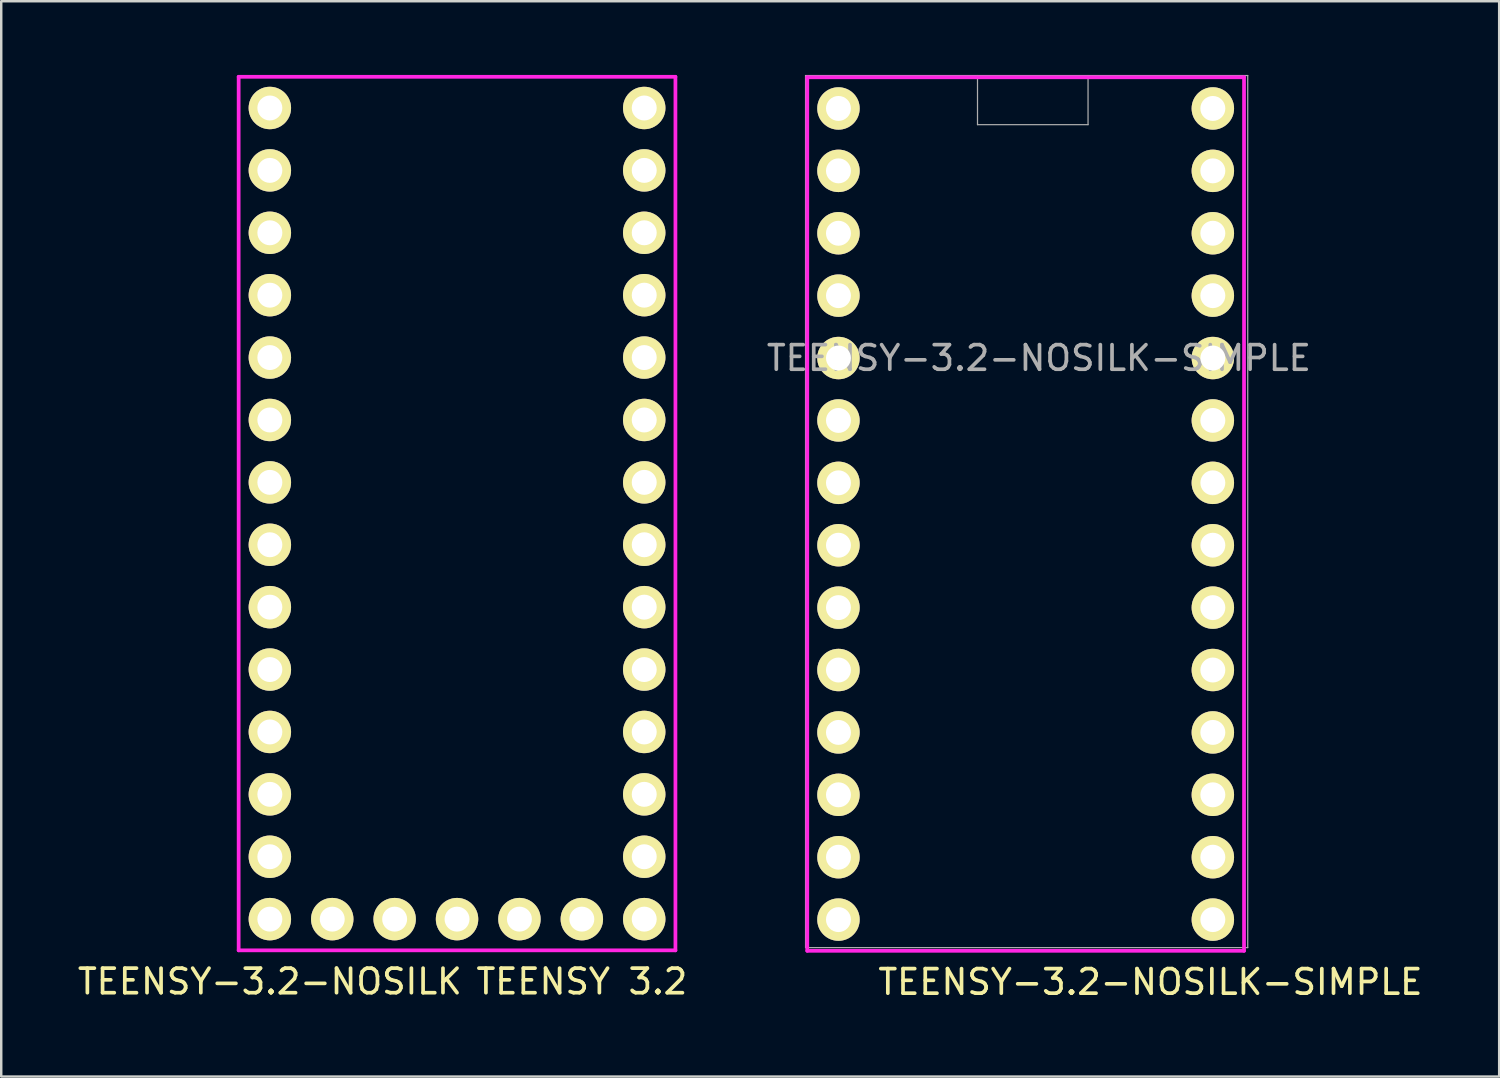
<source format=kicad_pcb>
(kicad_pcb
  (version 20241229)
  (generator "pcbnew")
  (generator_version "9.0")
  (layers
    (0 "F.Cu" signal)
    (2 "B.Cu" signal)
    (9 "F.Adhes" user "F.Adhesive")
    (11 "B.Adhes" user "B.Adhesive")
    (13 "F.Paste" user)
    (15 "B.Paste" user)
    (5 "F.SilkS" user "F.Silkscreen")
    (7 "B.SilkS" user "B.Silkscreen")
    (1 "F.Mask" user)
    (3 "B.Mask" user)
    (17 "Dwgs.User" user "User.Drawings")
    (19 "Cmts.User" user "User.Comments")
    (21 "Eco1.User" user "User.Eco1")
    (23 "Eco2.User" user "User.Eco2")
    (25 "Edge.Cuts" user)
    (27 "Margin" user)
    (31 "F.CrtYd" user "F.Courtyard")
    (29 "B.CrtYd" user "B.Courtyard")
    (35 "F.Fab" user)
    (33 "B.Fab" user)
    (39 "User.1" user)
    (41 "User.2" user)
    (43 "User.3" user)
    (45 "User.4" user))
  (footprint "TEENSY-3.2-NOSILK-SIMPLE"
    (layer "F.Cu")
    (at 41.242 11.525)
    (property "Reference" "TEENSY-3.2-NOSILK-SIMPLE" (at -2 0 0) (layer "F.Fab") (effects (font (size 1 1) (thickness 0.15))))
    (attr through_hole)
    (fp_line (start -11.43 -11.43) (end -11.43 24.13) (stroke (width 0.152) (type solid)) (layer "F.CrtYd"))
    (fp_line (start -11.43 24.13) (end 6.35 24.13) (stroke (width 0.152) (type solid)) (layer "F.CrtYd"))
    (fp_line (start 6.35 -11.43) (end -11.43 -11.43) (stroke (width 0.152) (type solid)) (layer "F.CrtYd"))
    (fp_line (start 6.35 24.13) (end 6.35 -11.43) (stroke (width 0.152) (type solid)) (layer "F.CrtYd"))
    (fp_line (start -11.5 -11.5) (end -11.5 24) (stroke (width 0.05) (type solid)) (layer "F.Fab"))
    (fp_line (start -11.5 24) (end 6.5 24) (stroke (width 0.05) (type solid)) (layer "F.Fab"))
    (fp_line (start -4.5 -11.5) (end -4.5 -9.5) (stroke (width 0.05) (type solid)) (layer "F.Fab"))
    (fp_line (start -4.5 -9.5) (end 0 -9.5) (stroke (width 0.05) (type solid)) (layer "F.Fab"))
    (fp_line (start 0 -9.5) (end 0 -11.5) (stroke (width 0.05) (type solid)) (layer "F.Fab"))
    (fp_line (start 6.5 -11.5) (end -11.5 -11.5) (stroke (width 0.05) (type solid)) (layer "F.Fab"))
    (fp_line (start 6.5 24) (end 6.5 -11.5) (stroke (width 0.05) (type solid)) (layer "F.Fab"))
    (fp_text user "${REFERENCE}" (at 2.54 25.4 0) (layer "F.SilkS") (effects (font (size 1 1) (thickness 0.15))))
    (pad "0" thru_hole circle (at -10.16 -7.62) (size 1.727 1.727) (drill 1.016) (layers "*.Cu" "*.Mask" "F.SilkS"))
    (pad "1" thru_hole circle (at -10.16 -5.08) (size 1.727 1.727) (drill 1.016) (layers "*.Cu" "*.Mask" "F.SilkS"))
    (pad "2" thru_hole circle (at -10.16 -2.54) (size 1.727 1.727) (drill 1.016) (layers "*.Cu" "*.Mask" "F.SilkS"))
    (pad "3" thru_hole circle (at -10.16 0) (size 1.727 1.727) (drill 1.016) (layers "*.Cu" "*.Mask" "F.SilkS"))
    (pad "3V2" thru_hole circle (at 5.08 -5.08) (size 1.727 1.727) (drill 1.016) (layers "*.Cu" "*.Mask" "F.SilkS"))
    (pad "4" thru_hole circle (at -10.16 2.54) (size 1.727 1.727) (drill 1.016) (layers "*.Cu" "*.Mask" "F.SilkS"))
    (pad "5" thru_hole circle (at -10.16 5.08) (size 1.727 1.727) (drill 1.016) (layers "*.Cu" "*.Mask" "F.SilkS"))
    (pad "6" thru_hole circle (at -10.16 7.62) (size 1.727 1.727) (drill 1.016) (layers "*.Cu" "*.Mask" "F.SilkS"))
    (pad "7" thru_hole circle (at -10.16 10.16) (size 1.727 1.727) (drill 1.016) (layers "*.Cu" "*.Mask" "F.SilkS"))
    (pad "8" thru_hole circle (at -10.16 12.7) (size 1.727 1.727) (drill 1.016) (layers "*.Cu" "*.Mask" "F.SilkS"))
    (pad "9" thru_hole circle (at -10.16 15.24) (size 1.727 1.727) (drill 1.016) (layers "*.Cu" "*.Mask" "F.SilkS"))
    (pad "10" thru_hole circle (at -10.16 17.78) (size 1.727 1.727) (drill 1.016) (layers "*.Cu" "*.Mask" "F.SilkS"))
    (pad "11" thru_hole circle (at -10.16 20.32) (size 1.727 1.727) (drill 1.016) (layers "*.Cu" "*.Mask" "F.SilkS"))
    (pad "12" thru_hole circle (at -10.16 22.86) (size 1.727 1.727) (drill 1.016) (layers "*.Cu" "*.Mask" "F.SilkS"))
    (pad "13" thru_hole circle (at 5.08 22.86) (size 1.727 1.727) (drill 1.016) (layers "*.Cu" "*.Mask" "F.SilkS"))
    (pad "14" thru_hole circle (at 5.08 20.32) (size 1.727 1.727) (drill 1.016) (layers "*.Cu" "*.Mask" "F.SilkS"))
    (pad "15" thru_hole circle (at 5.08 17.78) (size 1.727 1.727) (drill 1.016) (layers "*.Cu" "*.Mask" "F.SilkS"))
    (pad "16" thru_hole circle (at 5.08 15.24) (size 1.727 1.727) (drill 1.016) (layers "*.Cu" "*.Mask" "F.SilkS"))
    (pad "17" thru_hole circle (at 5.08 12.7) (size 1.727 1.727) (drill 1.016) (layers "*.Cu" "*.Mask" "F.SilkS"))
    (pad "18" thru_hole circle (at 5.08 10.16) (size 1.727 1.727) (drill 1.016) (layers "*.Cu" "*.Mask" "F.SilkS"))
    (pad "19" thru_hole circle (at 5.08 7.62) (size 1.727 1.727) (drill 1.016) (layers "*.Cu" "*.Mask" "F.SilkS"))
    (pad "20" thru_hole circle (at 5.08 5.08) (size 1.727 1.727) (drill 1.016) (layers "*.Cu" "*.Mask" "F.SilkS"))
    (pad "21" thru_hole circle (at 5.08 2.54) (size 1.727 1.727) (drill 1.016) (layers "*.Cu" "*.Mask" "F.SilkS"))
    (pad "22" thru_hole circle (at 5.08 0) (size 1.727 1.727) (drill 1.016) (layers "*.Cu" "*.Mask" "F.SilkS"))
    (pad "23" thru_hole circle (at 5.08 -2.54) (size 1.727 1.727) (drill 1.016) (layers "*.Cu" "*.Mask" "F.SilkS"))
    (pad "AG" thru_hole circle (at 5.08 -7.62) (size 1.727 1.727) (drill 1.016) (layers "*.Cu" "*.Mask" "F.SilkS"))
    (pad "G1" thru_hole circle (at -10.16 -10.16) (size 1.727 1.727) (drill 1.016) (layers "*.Cu" "*.Mask" "F.SilkS"))
    (pad "VIN" thru_hole circle (at 5.08 -10.16) (size 1.727 1.727) (drill 1.016) (layers "*.Cu" "*.Mask" "F.SilkS")))
  (footprint "TEENSY-3.2-NOSILK"
    (layer "F.Cu")
    (at 18.095 11.506)
    (property "Reference" "TEENSY-3.2-NOSILK" (at -10.16 25.4 180) (layer "F.SilkS") (effects (font (size 1 1) (thickness 0.15))))
    (attr through_hole)
    (fp_line (start -11.43 -11.43) (end -11.43 24.13) (stroke (width 0.152) (type solid)) (layer "F.CrtYd"))
    (fp_line (start -11.43 24.13) (end 6.35 24.13) (stroke (width 0.152) (type solid)) (layer "F.CrtYd"))
    (fp_line (start 6.35 -11.43) (end -11.43 -11.43) (stroke (width 0.152) (type solid)) (layer "F.CrtYd"))
    (fp_line (start 6.35 24.13) (end 6.35 -11.43) (stroke (width 0.152) (type solid)) (layer "F.CrtYd"))
    (fp_text user "TEENSY 3.2" (at 2.54 25.4 0) (layer "F.SilkS") (effects (font (size 1 1) (thickness 0.15))))
    (pad "0" thru_hole circle (at -10.16 -7.62) (size 1.727 1.727) (drill 1.016) (layers "*.Cu" "*.Mask" "F.SilkS"))
    (pad "1" thru_hole circle (at -10.16 -5.08) (size 1.727 1.727) (drill 1.016) (layers "*.Cu" "*.Mask" "F.SilkS"))
    (pad "2" thru_hole circle (at -10.16 -2.54) (size 1.727 1.727) (drill 1.016) (layers "*.Cu" "*.Mask" "F.SilkS"))
    (pad "3" thru_hole circle (at -10.16 0) (size 1.727 1.727) (drill 1.016) (layers "*.Cu" "*.Mask" "F.SilkS"))
    (pad "3V1" thru_hole circle (at -5.08 22.86) (size 1.727 1.727) (drill 1.016) (layers "*.Cu" "*.Mask" "F.SilkS"))
    (pad "3V2" thru_hole circle (at 5.08 -5.08) (size 1.727 1.727) (drill 1.016) (layers "*.Cu" "*.Mask" "F.SilkS"))
    (pad "4" thru_hole circle (at -10.16 2.54) (size 1.727 1.727) (drill 1.016) (layers "*.Cu" "*.Mask" "F.SilkS"))
    (pad "5" thru_hole circle (at -10.16 5.08) (size 1.727 1.727) (drill 1.016) (layers "*.Cu" "*.Mask" "F.SilkS"))
    (pad "6" thru_hole circle (at -10.16 7.62) (size 1.727 1.727) (drill 1.016) (layers "*.Cu" "*.Mask" "F.SilkS"))
    (pad "7" thru_hole circle (at -10.16 10.16) (size 1.727 1.727) (drill 1.016) (layers "*.Cu" "*.Mask" "F.SilkS"))
    (pad "8" thru_hole circle (at -10.16 12.7) (size 1.727 1.727) (drill 1.016) (layers "*.Cu" "*.Mask" "F.SilkS"))
    (pad "9" thru_hole circle (at -10.16 15.24) (size 1.727 1.727) (drill 1.016) (layers "*.Cu" "*.Mask" "F.SilkS"))
    (pad "10" thru_hole circle (at -10.16 17.78) (size 1.727 1.727) (drill 1.016) (layers "*.Cu" "*.Mask" "F.SilkS"))
    (pad "11" thru_hole circle (at -10.16 20.32) (size 1.727 1.727) (drill 1.016) (layers "*.Cu" "*.Mask" "F.SilkS"))
    (pad "12" thru_hole circle (at -10.16 22.86) (size 1.727 1.727) (drill 1.016) (layers "*.Cu" "*.Mask" "F.SilkS"))
    (pad "13" thru_hole circle (at 5.08 22.86) (size 1.727 1.727) (drill 1.016) (layers "*.Cu" "*.Mask" "F.SilkS"))
    (pad "14" thru_hole circle (at 5.08 20.32) (size 1.727 1.727) (drill 1.016) (layers "*.Cu" "*.Mask" "F.SilkS"))
    (pad "15" thru_hole circle (at 5.08 17.78) (size 1.727 1.727) (drill 1.016) (layers "*.Cu" "*.Mask" "F.SilkS"))
    (pad "16" thru_hole circle (at 5.08 15.24) (size 1.727 1.727) (drill 1.016) (layers "*.Cu" "*.Mask" "F.SilkS"))
    (pad "17" thru_hole circle (at 5.08 12.7) (size 1.727 1.727) (drill 1.016) (layers "*.Cu" "*.Mask" "F.SilkS"))
    (pad "18" thru_hole circle (at 5.08 10.16) (size 1.727 1.727) (drill 1.016) (layers "*.Cu" "*.Mask" "F.SilkS"))
    (pad "19" thru_hole circle (at 5.08 7.62) (size 1.727 1.727) (drill 1.016) (layers "*.Cu" "*.Mask" "F.SilkS"))
    (pad "20" thru_hole circle (at 5.08 5.08) (size 1.727 1.727) (drill 1.016) (layers "*.Cu" "*.Mask" "F.SilkS"))
    (pad "21" thru_hole circle (at 5.08 2.54) (size 1.727 1.727) (drill 1.016) (layers "*.Cu" "*.Mask" "F.SilkS"))
    (pad "22" thru_hole circle (at 5.08 0) (size 1.727 1.727) (drill 1.016) (layers "*.Cu" "*.Mask" "F.SilkS"))
    (pad "23" thru_hole circle (at 5.08 -2.54) (size 1.727 1.727) (drill 1.016) (layers "*.Cu" "*.Mask" "F.SilkS"))
    (pad "AG" thru_hole circle (at 5.08 -7.62) (size 1.727 1.727) (drill 1.016) (layers "*.Cu" "*.Mask" "F.SilkS"))
    (pad "DAC" thru_hole circle (at 2.54 22.86) (size 1.727 1.727) (drill 1.016) (layers "*.Cu" "*.Mask" "F.SilkS"))
    (pad "G1" thru_hole circle (at -10.16 -10.16) (size 1.727 1.727) (drill 1.016) (layers "*.Cu" "*.Mask" "F.SilkS"))
    (pad "G2" thru_hole circle (at -2.54 22.86) (size 1.727 1.727) (drill 1.016) (layers "*.Cu" "*.Mask" "F.SilkS"))
    (pad "PGM" thru_hole circle (at 0 22.86) (size 1.727 1.727) (drill 1.016) (layers "*.Cu" "*.Mask" "F.SilkS"))
    (pad "VBAT" thru_hole circle (at -7.62 22.86) (size 1.727 1.727) (drill 1.016) (layers "*.Cu" "*.Mask" "F.SilkS"))
    (pad "VIN" thru_hole circle (at 5.08 -10.16) (size 1.727 1.727) (drill 1.016) (layers "*.Cu" "*.Mask" "F.SilkS")))
  (gr_rect
    (start -3 -3)
    (end 57.978 40.773)
    (stroke (width 0.1) (type default))
    (fill no)
    (layer "Edge.Cuts")))
</source>
